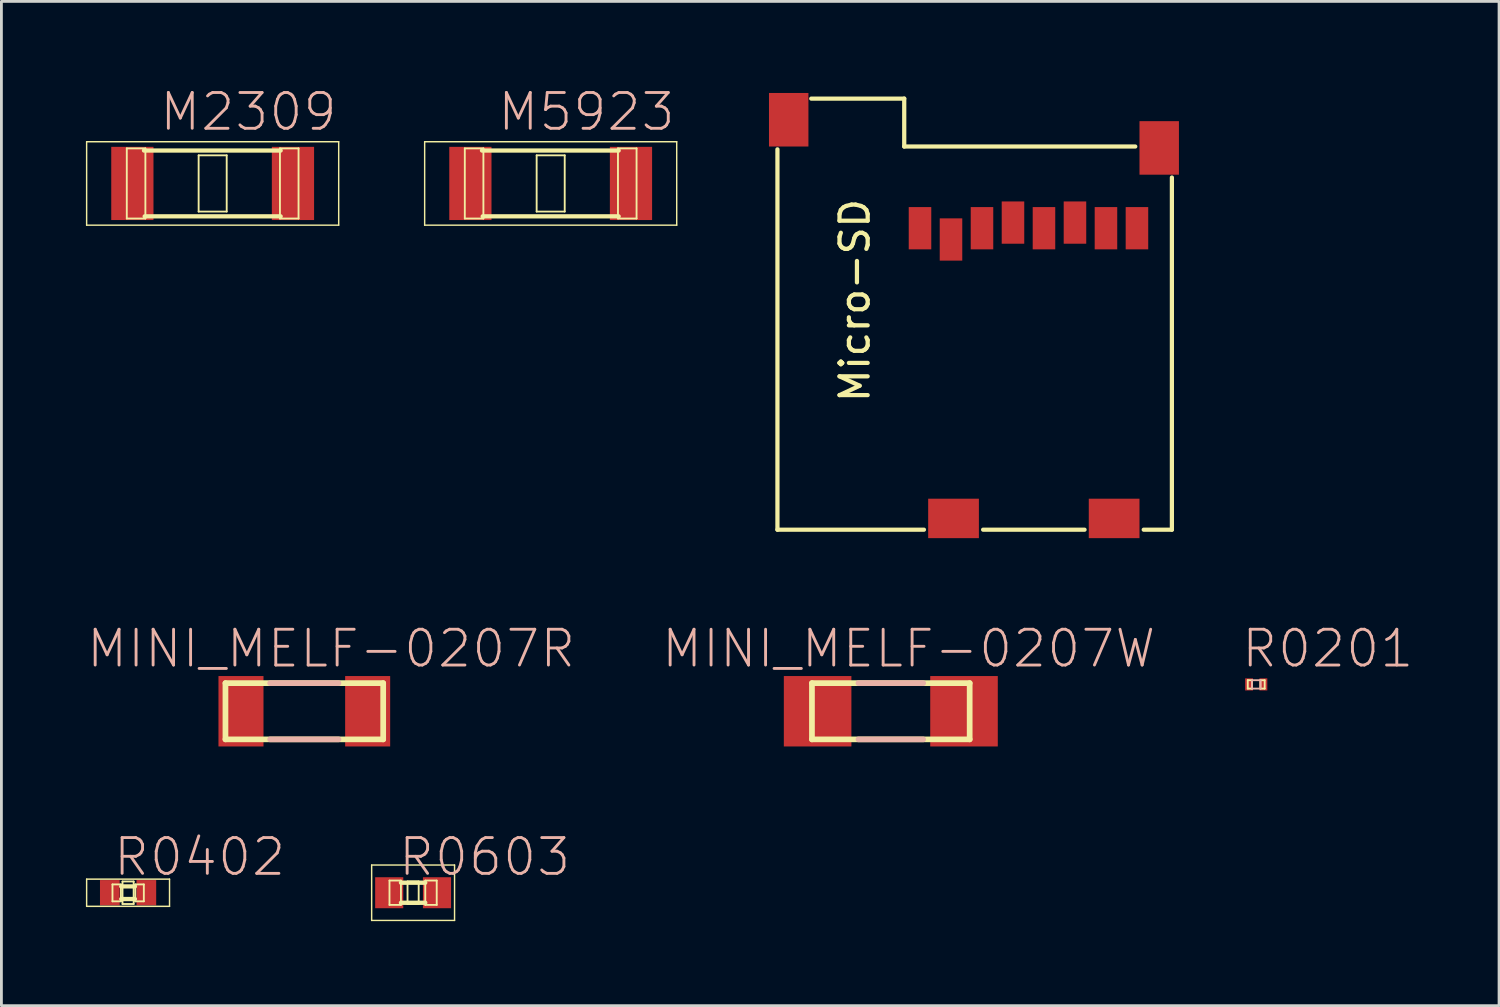
<source format=kicad_pcb>
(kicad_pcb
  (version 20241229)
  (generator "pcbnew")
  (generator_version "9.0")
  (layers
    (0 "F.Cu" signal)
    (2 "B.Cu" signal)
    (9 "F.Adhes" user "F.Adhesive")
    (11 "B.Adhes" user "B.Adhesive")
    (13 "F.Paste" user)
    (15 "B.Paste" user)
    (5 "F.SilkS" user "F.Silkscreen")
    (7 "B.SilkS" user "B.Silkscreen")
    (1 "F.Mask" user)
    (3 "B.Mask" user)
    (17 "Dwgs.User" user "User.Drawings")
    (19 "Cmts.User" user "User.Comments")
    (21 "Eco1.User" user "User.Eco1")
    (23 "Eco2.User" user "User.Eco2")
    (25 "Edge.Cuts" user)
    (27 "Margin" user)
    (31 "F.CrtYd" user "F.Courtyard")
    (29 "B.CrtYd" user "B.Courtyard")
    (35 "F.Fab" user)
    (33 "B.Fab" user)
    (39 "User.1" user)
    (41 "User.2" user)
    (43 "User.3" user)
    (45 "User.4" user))
  (footprint "MINI_MELF-0207R"
    (layer "F.Cu")
    (at 7.751 22.194)
    (property "Reference" "MINI_MELF-0207R" (at 0.953 -2.223 0) (layer "B.SilkS") (effects (font (size 1.27 1.27) (thickness 0.102))))
    (attr smd)
    (fp_line (start -2.799 -0.998) (end -2.799 0.998) (stroke (width 0.203) (type solid)) (layer "F.SilkS"))
    (fp_line (start -2.799 0.998) (end 2.799 0.998) (stroke (width 0.203) (type solid)) (layer "F.SilkS"))
    (fp_line (start 2.799 -0.998) (end -2.799 -0.998) (stroke (width 0.203) (type solid)) (layer "F.SilkS"))
    (fp_line (start 2.799 0.998) (end 2.799 -0.998) (stroke (width 0.203) (type solid)) (layer "F.SilkS"))
    (fp_line (start -1.212 0.998) (end 1.212 0.998) (stroke (width 0.203) (type solid)) (layer "B.SilkS"))
    (fp_line (start 1.212 -0.998) (end -1.212 -0.998) (stroke (width 0.203) (type solid)) (layer "B.SilkS"))
    (pad "1" smd rect (at -2.248 0) (size 1.598 2.499) (layers "F.Cu" "F.Mask" "F.Paste"))
    (pad "2" smd rect (at 2.248 0) (size 1.598 2.499) (layers "F.Cu" "F.Mask" "F.Paste")))
  (footprint "Micro-SD"
    (layer "F.Cu")
    (at 24.243 0.25)
    (property "Reference" "Micro-SD" (at 3.048 7.366 90) (layer "F.SilkS") (effects (font (size 1 1) (thickness 0.15))))
    (attr through_hole)
    (fp_line (start 0.3 15.5) (end 0.3 2) (stroke (width 0.15) (type solid)) (layer "F.SilkS"))
    (fp_line (start 1.5 0.2) (end 4.8 0.2) (stroke (width 0.15) (type solid)) (layer "F.SilkS"))
    (fp_line (start 4.8 0.2) (end 4.8 1.9) (stroke (width 0.15) (type solid)) (layer "F.SilkS"))
    (fp_line (start 4.8 1.9) (end 13 1.9) (stroke (width 0.15) (type solid)) (layer "F.SilkS"))
    (fp_line (start 5.5 15.5) (end 0.3 15.5) (stroke (width 0.15) (type solid)) (layer "F.SilkS"))
    (fp_line (start 11.2 15.5) (end 7.6 15.5) (stroke (width 0.15) (type solid)) (layer "F.SilkS"))
    (fp_line (start 14.3 3) (end 14.3 15.5) (stroke (width 0.15) (type solid)) (layer "F.SilkS"))
    (fp_line (start 14.3 15.5) (end 13.3 15.5) (stroke (width 0.15) (type solid)) (layer "F.SilkS"))
    (pad "1" smd rect (at 5.36 4.8) (size 0.8 1.5) (layers "F.Cu" "F.Mask" "F.Paste"))
    (pad "2" smd rect (at 6.46 5.2) (size 0.8 1.5) (layers "F.Cu" "F.Mask" "F.Paste"))
    (pad "3" smd rect (at 7.56 4.8) (size 0.8 1.5) (layers "F.Cu" "F.Mask" "F.Paste"))
    (pad "4" smd rect (at 8.66 4.6) (size 0.8 1.5) (layers "F.Cu" "F.Mask" "F.Paste"))
    (pad "5" smd rect (at 9.76 4.8) (size 0.8 1.5) (layers "F.Cu" "F.Mask" "F.Paste"))
    (pad "6" smd rect (at 0.7 0.95) (size 1.4 1.9) (layers "F.Cu" "F.Mask" "F.Paste"))
    (pad "6" smd rect (at 6.55 15.1) (size 1.8 1.4) (layers "F.Cu" "F.Mask" "F.Paste"))
    (pad "6" smd rect (at 10.86 4.6) (size 0.8 1.5) (layers "F.Cu" "F.Mask" "F.Paste"))
    (pad "6" smd rect (at 13.85 1.95) (size 1.4 1.9) (layers "F.Cu" "F.Mask" "F.Paste"))
    (pad "7" smd rect (at 11.96 4.8) (size 0.8 1.5) (layers "F.Cu" "F.Mask" "F.Paste"))
    (pad "8" smd rect (at 13.06 4.8) (size 0.8 1.5) (layers "F.Cu" "F.Mask" "F.Paste"))
    (pad "9" smd rect (at 12.25 15.1) (size 1.8 1.4) (layers "F.Cu" "F.Mask" "F.Paste")))
  (footprint "M5923"
    (layer "F.Cu")
    (at 16.495 3.461)
    (property "Reference" "M5923" (at 1.27 -2.54 0) (layer "B.SilkS") (effects (font (size 1.27 1.27) (thickness 0.102))))
    (attr smd)
    (fp_line (start -4.473 -1.481) (end 4.473 -1.481) (stroke (width 0.051) (type solid)) (layer "F.SilkS"))
    (fp_line (start -4.473 1.481) (end -4.473 -1.481) (stroke (width 0.051) (type solid)) (layer "F.SilkS"))
    (fp_line (start -3.048 -1.245) (end -2.388 -1.245) (stroke (width 0.066) (type solid)) (layer "F.SilkS"))
    (fp_line (start -3.048 1.245) (end -3.048 -1.245) (stroke (width 0.066) (type solid)) (layer "F.SilkS"))
    (fp_line (start -3.048 1.245) (end -2.388 1.245) (stroke (width 0.066) (type solid)) (layer "F.SilkS"))
    (fp_line (start -2.388 1.245) (end -2.388 -1.245) (stroke (width 0.066) (type solid)) (layer "F.SilkS"))
    (fp_line (start -0.498 -0.998) (end 0.498 -0.998) (stroke (width 0.066) (type solid)) (layer "F.SilkS"))
    (fp_line (start -0.498 0.998) (end -0.498 -0.998) (stroke (width 0.066) (type solid)) (layer "F.SilkS"))
    (fp_line (start -0.498 0.998) (end 0.498 0.998) (stroke (width 0.066) (type solid)) (layer "F.SilkS"))
    (fp_line (start 0.498 0.998) (end 0.498 -0.998) (stroke (width 0.066) (type solid)) (layer "F.SilkS"))
    (fp_line (start 2.388 -1.245) (end 3.048 -1.245) (stroke (width 0.066) (type solid)) (layer "F.SilkS"))
    (fp_line (start 2.388 1.245) (end 2.388 -1.245) (stroke (width 0.066) (type solid)) (layer "F.SilkS"))
    (fp_line (start 2.388 1.245) (end 3.048 1.245) (stroke (width 0.066) (type solid)) (layer "F.SilkS"))
    (fp_line (start 2.413 -1.168) (end -2.438 -1.168) (stroke (width 0.152) (type solid)) (layer "F.SilkS"))
    (fp_line (start 2.413 1.168) (end -2.413 1.168) (stroke (width 0.152) (type solid)) (layer "F.SilkS"))
    (fp_line (start 3.048 1.245) (end 3.048 -1.245) (stroke (width 0.066) (type solid)) (layer "F.SilkS"))
    (fp_line (start 4.473 -1.481) (end 4.473 1.481) (stroke (width 0.051) (type solid)) (layer "F.SilkS"))
    (fp_line (start 4.473 1.481) (end -4.473 1.481) (stroke (width 0.051) (type solid)) (layer "F.SilkS"))
    (pad "1" smd rect (at -2.85 0) (size 1.499 2.598) (layers "F.Cu" "F.Mask" "F.Paste"))
    (pad "2" smd rect (at 2.85 0) (size 1.499 2.598) (layers "F.Cu" "F.Mask" "F.Paste")))
  (footprint "R0603"
    (layer "F.Cu")
    (at 11.612 28.635)
    (property "Reference" "R0603" (at 2.54 -1.27 0) (layer "B.SilkS") (effects (font (size 1.27 1.27) (thickness 0.102))))
    (attr smd)
    (fp_line (start -1.471 -0.983) (end 1.471 -0.983) (stroke (width 0.051) (type solid)) (layer "F.SilkS"))
    (fp_line (start -1.471 0.983) (end -1.471 -0.983) (stroke (width 0.051) (type solid)) (layer "F.SilkS"))
    (fp_line (start -0.838 -0.432) (end -0.432 -0.432) (stroke (width 0.066) (type solid)) (layer "F.SilkS"))
    (fp_line (start -0.838 0.432) (end -0.838 -0.432) (stroke (width 0.066) (type solid)) (layer "F.SilkS"))
    (fp_line (start -0.838 0.432) (end -0.432 0.432) (stroke (width 0.066) (type solid)) (layer "F.SilkS"))
    (fp_line (start -0.432 0.356) (end 0.432 0.356) (stroke (width 0.152) (type solid)) (layer "F.SilkS"))
    (fp_line (start -0.432 0.432) (end -0.432 -0.432) (stroke (width 0.066) (type solid)) (layer "F.SilkS"))
    (fp_line (start -0.198 -0.399) (end 0.198 -0.399) (stroke (width 0.066) (type solid)) (layer "F.SilkS"))
    (fp_line (start -0.198 0.399) (end -0.198 -0.399) (stroke (width 0.066) (type solid)) (layer "F.SilkS"))
    (fp_line (start -0.198 0.399) (end 0.198 0.399) (stroke (width 0.066) (type solid)) (layer "F.SilkS"))
    (fp_line (start 0.198 0.399) (end 0.198 -0.399) (stroke (width 0.066) (type solid)) (layer "F.SilkS"))
    (fp_line (start 0.432 -0.432) (end 0.838 -0.432) (stroke (width 0.066) (type solid)) (layer "F.SilkS"))
    (fp_line (start 0.432 -0.356) (end -0.432 -0.356) (stroke (width 0.152) (type solid)) (layer "F.SilkS"))
    (fp_line (start 0.432 0.432) (end 0.432 -0.432) (stroke (width 0.066) (type solid)) (layer "F.SilkS"))
    (fp_line (start 0.432 0.432) (end 0.838 0.432) (stroke (width 0.066) (type solid)) (layer "F.SilkS"))
    (fp_line (start 0.838 0.432) (end 0.838 -0.432) (stroke (width 0.066) (type solid)) (layer "F.SilkS"))
    (fp_line (start 1.471 -0.983) (end 1.471 0.983) (stroke (width 0.051) (type solid)) (layer "F.SilkS"))
    (fp_line (start 1.471 0.983) (end -1.471 0.983) (stroke (width 0.051) (type solid)) (layer "F.SilkS"))
    (pad "1" smd rect (at -0.848 0) (size 0.998 1.1) (layers "F.Cu" "F.Mask" "F.Paste"))
    (pad "2" smd rect (at 0.848 0) (size 0.998 1.1) (layers "F.Cu" "F.Mask" "F.Paste")))
  (footprint "R0402"
    (layer "F.Cu")
    (at 1.496 28.635)
    (property "Reference" "R0402" (at 2.54 -1.27 0) (layer "B.SilkS") (effects (font (size 1.27 1.27) (thickness 0.102))))
    (attr smd)
    (fp_line (start -1.471 -0.483) (end 1.471 -0.483) (stroke (width 0.051) (type solid)) (layer "F.SilkS"))
    (fp_line (start -1.471 0.483) (end -1.471 -0.483) (stroke (width 0.051) (type solid)) (layer "F.SilkS"))
    (fp_line (start -0.554 -0.295) (end -0.254 -0.295) (stroke (width 0.066) (type solid)) (layer "F.SilkS"))
    (fp_line (start -0.554 0.305) (end -0.554 -0.295) (stroke (width 0.066) (type solid)) (layer "F.SilkS"))
    (fp_line (start -0.554 0.305) (end -0.254 0.305) (stroke (width 0.066) (type solid)) (layer "F.SilkS"))
    (fp_line (start -0.254 0.305) (end -0.254 -0.295) (stroke (width 0.066) (type solid)) (layer "F.SilkS"))
    (fp_line (start -0.244 -0.224) (end 0.244 -0.224) (stroke (width 0.152) (type solid)) (layer "F.SilkS"))
    (fp_line (start -0.198 -0.399) (end 0.198 -0.399) (stroke (width 0.066) (type solid)) (layer "F.SilkS"))
    (fp_line (start -0.198 0.399) (end -0.198 -0.399) (stroke (width 0.066) (type solid)) (layer "F.SilkS"))
    (fp_line (start -0.198 0.399) (end 0.198 0.399) (stroke (width 0.066) (type solid)) (layer "F.SilkS"))
    (fp_line (start 0.198 0.399) (end 0.198 -0.399) (stroke (width 0.066) (type solid)) (layer "F.SilkS"))
    (fp_line (start 0.244 0.224) (end -0.244 0.224) (stroke (width 0.152) (type solid)) (layer "F.SilkS"))
    (fp_line (start 0.257 -0.295) (end 0.559 -0.295) (stroke (width 0.066) (type solid)) (layer "F.SilkS"))
    (fp_line (start 0.257 0.305) (end 0.257 -0.295) (stroke (width 0.066) (type solid)) (layer "F.SilkS"))
    (fp_line (start 0.257 0.305) (end 0.559 0.305) (stroke (width 0.066) (type solid)) (layer "F.SilkS"))
    (fp_line (start 0.559 0.305) (end 0.559 -0.295) (stroke (width 0.066) (type solid)) (layer "F.SilkS"))
    (fp_line (start 1.471 -0.483) (end 1.471 0.483) (stroke (width 0.051) (type solid)) (layer "F.SilkS"))
    (fp_line (start 1.471 0.483) (end -1.471 0.483) (stroke (width 0.051) (type solid)) (layer "F.SilkS"))
    (pad "1" smd rect (at -0.648 0) (size 0.699 0.899) (layers "F.Cu" "F.Mask" "F.Paste"))
    (pad "2" smd rect (at 0.648 0) (size 0.699 0.899) (layers "F.Cu" "F.Mask" "F.Paste")))
  (footprint "M2309"
    (layer "F.Cu")
    (at 4.498 3.461)
    (property "Reference" "M2309" (at 1.27 -2.54 0) (layer "B.SilkS") (effects (font (size 1.27 1.27) (thickness 0.102))))
    (attr smd)
    (fp_line (start -4.473 -1.481) (end 4.473 -1.481) (stroke (width 0.051) (type solid)) (layer "F.SilkS"))
    (fp_line (start -4.473 1.481) (end -4.473 -1.481) (stroke (width 0.051) (type solid)) (layer "F.SilkS"))
    (fp_line (start -3.048 -1.245) (end -2.388 -1.245) (stroke (width 0.066) (type solid)) (layer "F.SilkS"))
    (fp_line (start -3.048 1.245) (end -3.048 -1.245) (stroke (width 0.066) (type solid)) (layer "F.SilkS"))
    (fp_line (start -3.048 1.245) (end -2.388 1.245) (stroke (width 0.066) (type solid)) (layer "F.SilkS"))
    (fp_line (start -2.388 1.245) (end -2.388 -1.245) (stroke (width 0.066) (type solid)) (layer "F.SilkS"))
    (fp_line (start -0.498 -0.998) (end 0.498 -0.998) (stroke (width 0.066) (type solid)) (layer "F.SilkS"))
    (fp_line (start -0.498 0.998) (end -0.498 -0.998) (stroke (width 0.066) (type solid)) (layer "F.SilkS"))
    (fp_line (start -0.498 0.998) (end 0.498 0.998) (stroke (width 0.066) (type solid)) (layer "F.SilkS"))
    (fp_line (start 0.498 0.998) (end 0.498 -0.998) (stroke (width 0.066) (type solid)) (layer "F.SilkS"))
    (fp_line (start 2.388 -1.245) (end 3.048 -1.245) (stroke (width 0.066) (type solid)) (layer "F.SilkS"))
    (fp_line (start 2.388 1.245) (end 2.388 -1.245) (stroke (width 0.066) (type solid)) (layer "F.SilkS"))
    (fp_line (start 2.388 1.245) (end 3.048 1.245) (stroke (width 0.066) (type solid)) (layer "F.SilkS"))
    (fp_line (start 2.413 -1.168) (end -2.438 -1.168) (stroke (width 0.152) (type solid)) (layer "F.SilkS"))
    (fp_line (start 2.413 1.168) (end -2.413 1.168) (stroke (width 0.152) (type solid)) (layer "F.SilkS"))
    (fp_line (start 3.048 1.245) (end 3.048 -1.245) (stroke (width 0.066) (type solid)) (layer "F.SilkS"))
    (fp_line (start 4.473 -1.481) (end 4.473 1.481) (stroke (width 0.051) (type solid)) (layer "F.SilkS"))
    (fp_line (start 4.473 1.481) (end -4.473 1.481) (stroke (width 0.051) (type solid)) (layer "F.SilkS"))
    (pad "1" smd rect (at -2.85 0) (size 1.499 2.598) (layers "F.Cu" "F.Mask" "F.Paste"))
    (pad "2" smd rect (at 2.85 0) (size 1.499 2.598) (layers "F.Cu" "F.Mask" "F.Paste")))
  (footprint "MINI_MELF-0207W"
    (layer "F.Cu")
    (at 28.567 22.194)
    (property "Reference" "MINI_MELF-0207W" (at 0.635 -2.223 0) (layer "B.SilkS") (effects (font (size 1.27 1.27) (thickness 0.102))))
    (attr smd)
    (fp_line (start -2.799 -0.998) (end -2.799 0.998) (stroke (width 0.203) (type solid)) (layer "F.SilkS"))
    (fp_line (start -2.799 0.998) (end 2.799 0.998) (stroke (width 0.203) (type solid)) (layer "F.SilkS"))
    (fp_line (start 2.799 -0.998) (end -2.799 -0.998) (stroke (width 0.203) (type solid)) (layer "F.SilkS"))
    (fp_line (start 2.799 0.998) (end 2.799 -0.998) (stroke (width 0.203) (type solid)) (layer "F.SilkS"))
    (fp_line (start -1.148 0.998) (end 1.148 0.998) (stroke (width 0.203) (type solid)) (layer "B.SilkS"))
    (fp_line (start 1.148 -0.998) (end -1.148 -0.998) (stroke (width 0.203) (type solid)) (layer "B.SilkS"))
    (pad "1" smd rect (at -2.598 0) (size 2.398 2.499) (layers "F.Cu" "F.Mask" "F.Paste"))
    (pad "2" smd rect (at 2.598 0) (size 2.398 2.499) (layers "F.Cu" "F.Mask" "F.Paste")))
  (footprint "R0201"
    (layer "F.Cu")
    (at 41.536 21.241)
    (property "Reference" "R0201" (at 2.54 -1.27 0) (layer "B.SilkS") (effects (font (size 1.27 1.27) (thickness 0.102))))
    (attr smd)
    (fp_line (start -0.3 -0.15) (end -0.15 -0.15) (stroke (width 0.066) (type solid)) (layer "F.SilkS"))
    (fp_line (start -0.3 0.15) (end -0.3 -0.15) (stroke (width 0.066) (type solid)) (layer "F.SilkS"))
    (fp_line (start -0.3 0.15) (end -0.15 0.15) (stroke (width 0.066) (type solid)) (layer "F.SilkS"))
    (fp_line (start -0.15 0.15) (end -0.15 -0.15) (stroke (width 0.066) (type solid)) (layer "F.SilkS"))
    (fp_line (start 0.15 -0.15) (end 0.3 -0.15) (stroke (width 0.066) (type solid)) (layer "F.SilkS"))
    (fp_line (start 0.15 0.15) (end 0.15 -0.15) (stroke (width 0.066) (type solid)) (layer "F.SilkS"))
    (fp_line (start 0.15 0.15) (end 0.3 0.15) (stroke (width 0.066) (type solid)) (layer "F.SilkS"))
    (fp_line (start 0.3 0.15) (end 0.3 -0.15) (stroke (width 0.066) (type solid)) (layer "F.SilkS"))
    (fp_line (start -0.15 -0.15) (end 0.15 -0.15) (stroke (width 0.066) (type solid)) (layer "B.SilkS"))
    (fp_line (start -0.15 0.15) (end -0.15 -0.15) (stroke (width 0.066) (type solid)) (layer "B.SilkS"))
    (fp_line (start -0.15 0.15) (end 0.15 0.15) (stroke (width 0.066) (type solid)) (layer "B.SilkS"))
    (fp_line (start 0.15 0.15) (end 0.15 -0.15) (stroke (width 0.066) (type solid)) (layer "B.SilkS"))
    (pad "1" smd rect (at -0.254 0) (size 0.279 0.429) (layers "F.Cu" "F.Mask" "F.Paste"))
    (pad "2" smd rect (at 0.254 0) (size 0.279 0.429) (layers "F.Cu" "F.Mask" "F.Paste")))
  (gr_rect
    (start -3 -3)
    (end 50.155 32.643)
    (stroke (width 0.1) (type default))
    (fill no)
    (layer "Edge.Cuts")))
</source>
